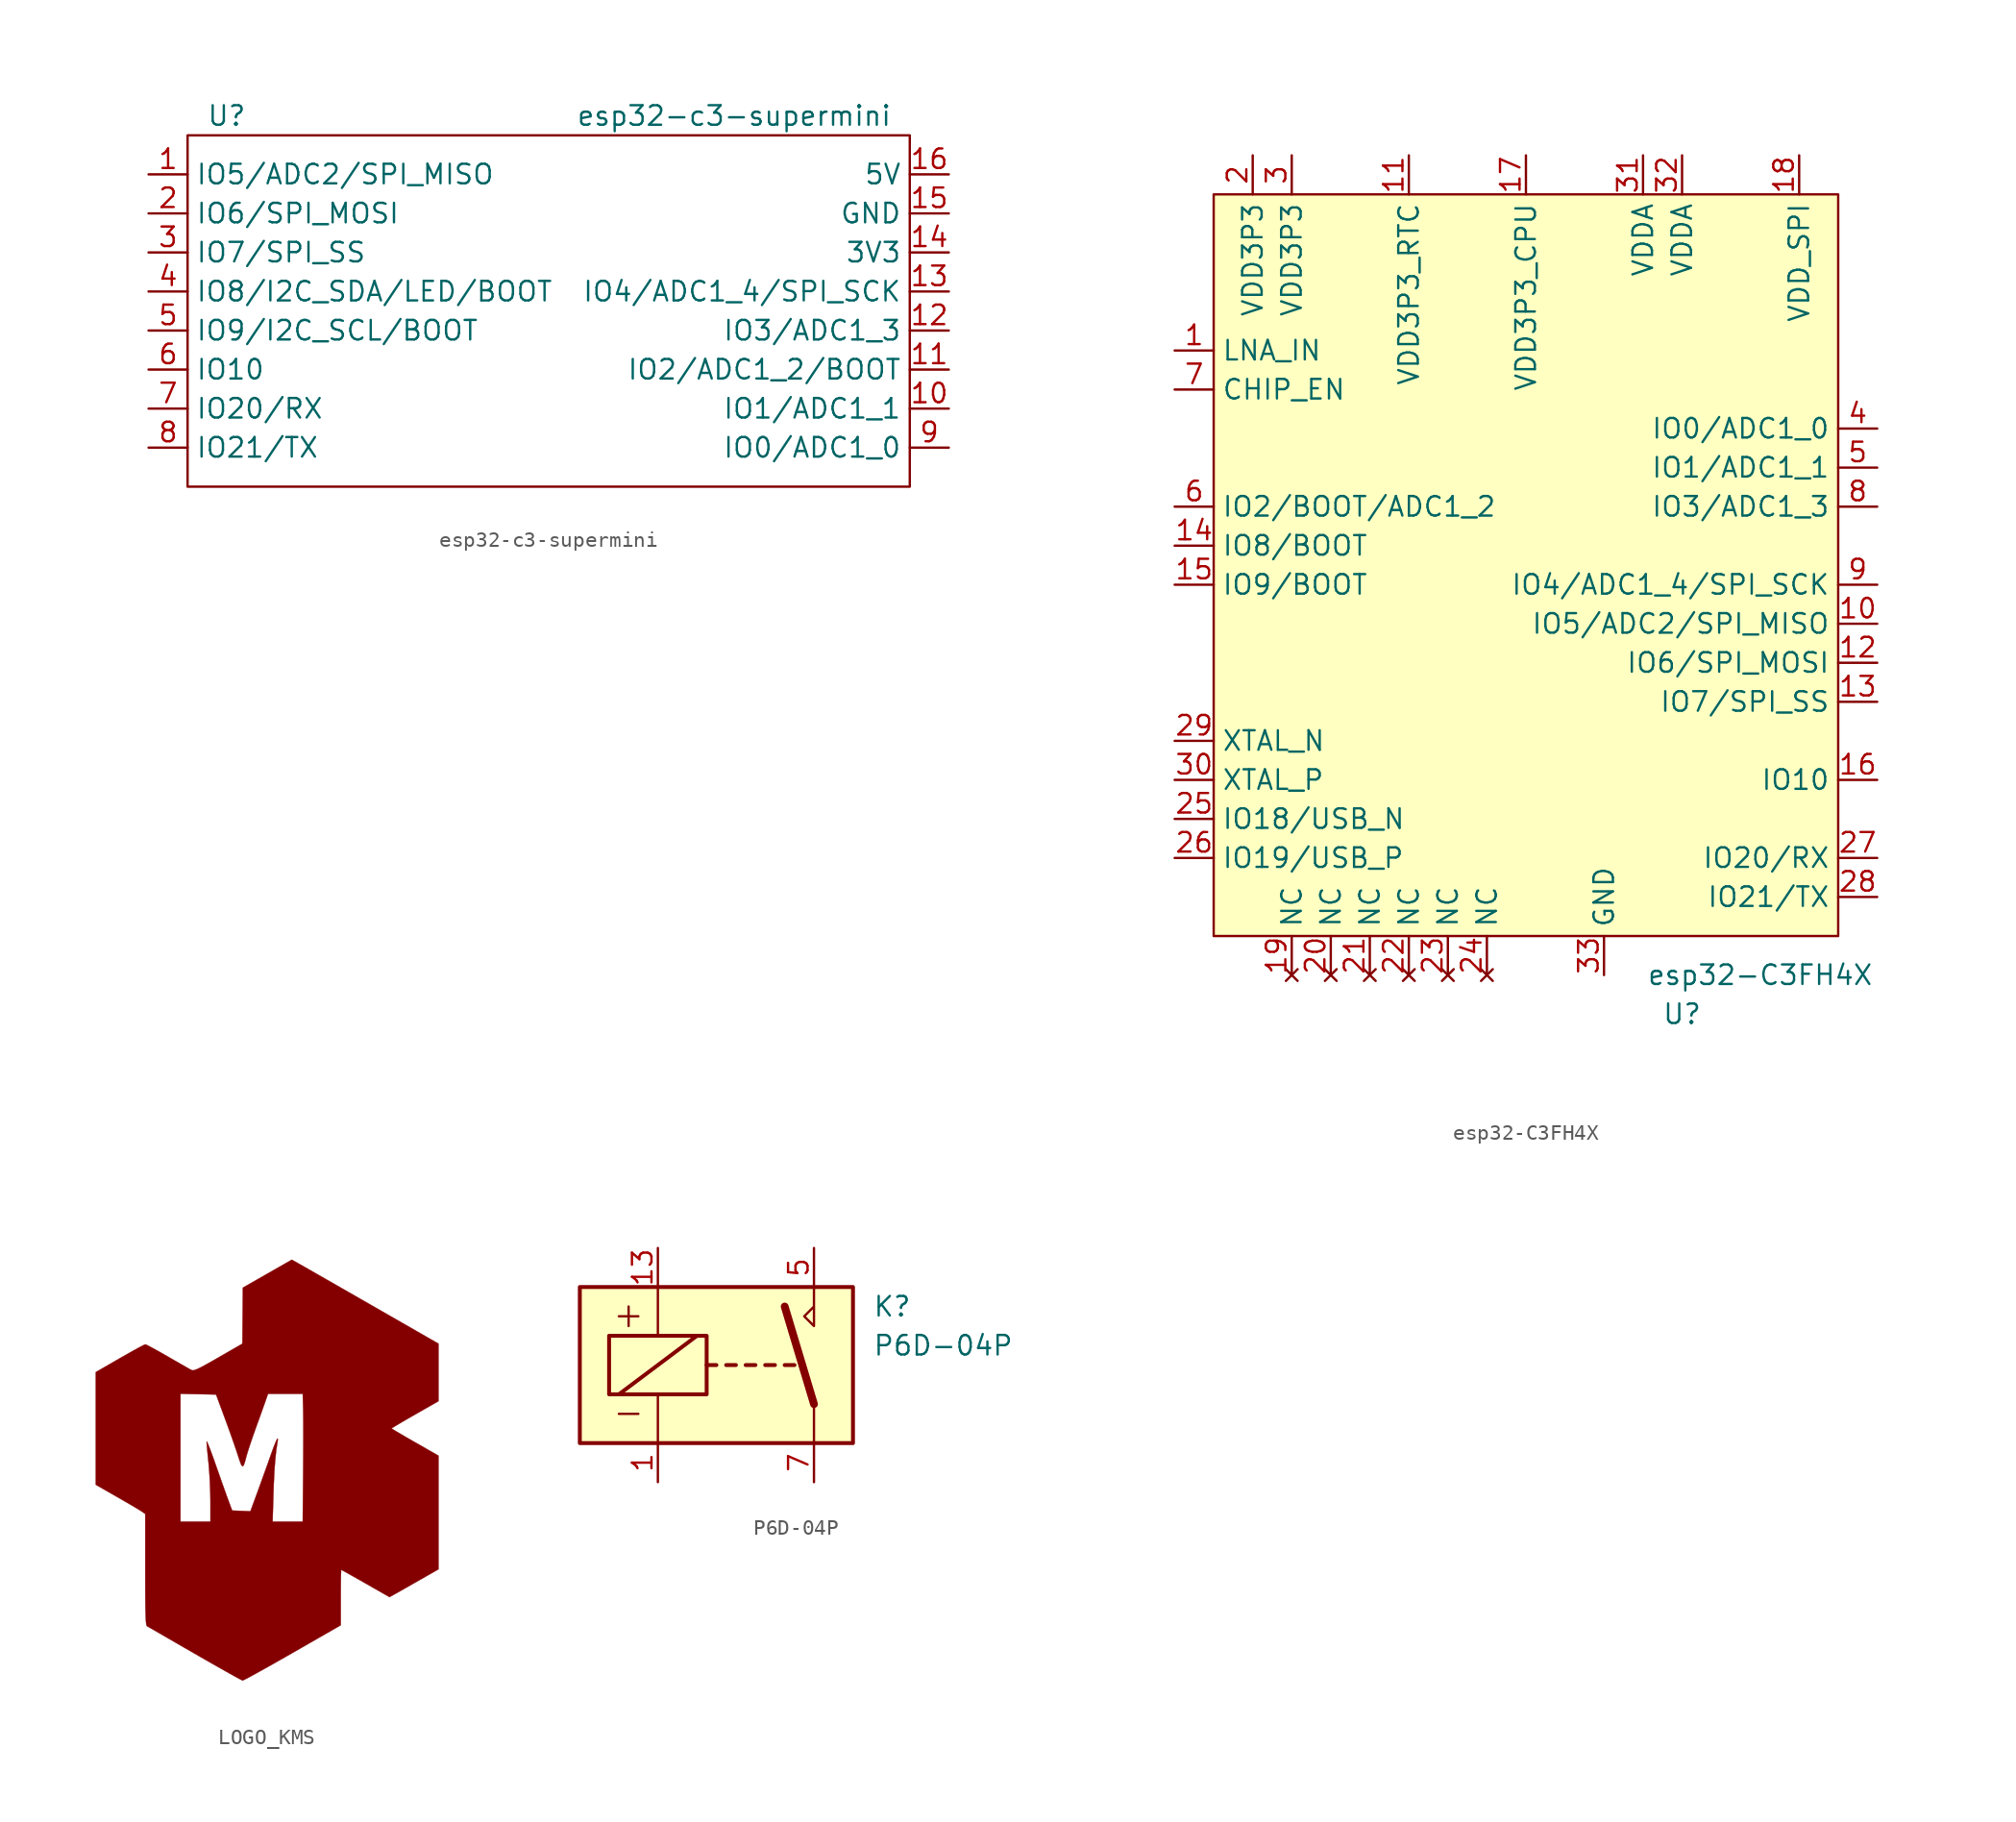
<source format=kicad_sym>
(kicad_symbol_lib
  (version 20211014)
  (generator kicad_symbol_editor)
  (symbol "esp32-c3-supermini"
    (property "Reference" "U"
      (at 2.54 1.27 0)
      (effects (font (size 1.27 1.27))))
    (property "Value" "esp32-c3-supermini"
      (at 35.56 1.27 0)
      (effects (font (size 1.27 1.27))))
    (symbol "esp32-c3-supermini_0_1"
      (rectangle (start 0 0) (end 46.99 -22.86) (stroke (width 0) (type default) (color 0 0 0 0)) (fill (type none))))
    (symbol "esp32-c3-supermini_1_1"
      (pin bidirectional line (at -2.54 -2.54 0) (length 2.54) (name "IO5/ADC2/SPI_MISO" (effects (font (size 1.27 1.27)))) (number "1" (effects (font (size 1.27 1.27)))))
      (pin bidirectional line (at 49.53 -17.78 180) (length 2.54) (name "IO1/ADC1_1" (effects (font (size 1.27 1.27)))) (number "10" (effects (font (size 1.27 1.27)))))
      (pin bidirectional line (at 49.53 -15.24 180) (length 2.54) (name "IO2/ADC1_2/BOOT" (effects (font (size 1.27 1.27)))) (number "11" (effects (font (size 1.27 1.27)))))
      (pin bidirectional line (at 49.53 -12.7 180) (length 2.54) (name "IO3/ADC1_3" (effects (font (size 1.27 1.27)))) (number "12" (effects (font (size 1.27 1.27)))))
      (pin bidirectional line (at 49.53 -10.16 180) (length 2.54) (name "IO4/ADC1_4/SPI_SCK" (effects (font (size 1.27 1.27)))) (number "13" (effects (font (size 1.27 1.27)))))
      (pin power_out line (at 49.53 -7.62 180) (length 2.54) (name "3V3" (effects (font (size 1.27 1.27)))) (number "14" (effects (font (size 1.27 1.27)))))
      (pin input line (at 49.53 -5.08 180) (length 2.54) (name "GND" (effects (font (size 1.27 1.27)))) (number "15" (effects (font (size 1.27 1.27)))))
      (pin power_out line (at 49.53 -2.54 180) (length 2.54) (name "5V" (effects (font (size 1.27 1.27)))) (number "16" (effects (font (size 1.27 1.27)))))
      (pin bidirectional line (at -2.54 -5.08 0) (length 2.54) (name "IO6/SPI_MOSI" (effects (font (size 1.27 1.27)))) (number "2" (effects (font (size 1.27 1.27)))))
      (pin bidirectional line (at -2.54 -7.62 0) (length 2.54) (name "IO7/SPI_SS" (effects (font (size 1.27 1.27)))) (number "3" (effects (font (size 1.27 1.27)))))
      (pin bidirectional line (at -2.54 -10.16 0) (length 2.54) (name "IO8/I2C_SDA/LED/BOOT" (effects (font (size 1.27 1.27)))) (number "4" (effects (font (size 1.27 1.27)))))
      (pin bidirectional line (at -2.54 -12.7 0) (length 2.54) (name "IO9/I2C_SCL/BOOT" (effects (font (size 1.27 1.27)))) (number "5" (effects (font (size 1.27 1.27)))))
      (pin bidirectional line (at -2.54 -15.24 0) (length 2.54) (name "IO10" (effects (font (size 1.27 1.27)))) (number "6" (effects (font (size 1.27 1.27)))))
      (pin bidirectional line (at -2.54 -17.78 0) (length 2.54) (name "IO20/RX" (effects (font (size 1.27 1.27)))) (number "7" (effects (font (size 1.27 1.27)))))
      (pin bidirectional line (at -2.54 -20.32 0) (length 2.54) (name "IO21/TX" (effects (font (size 1.27 1.27)))) (number "8" (effects (font (size 1.27 1.27)))))
      (pin bidirectional line (at 49.53 -20.32 180) (length 2.54) (name "IO0/ADC1_0" (effects (font (size 1.27 1.27)))) (number "9" (effects (font (size 1.27 1.27)))))))
  (symbol "esp32-C3FH4X"
    (property "Reference" "U"
      (at 30.48 -53.34 0)
      (effects (font (size 1.27 1.27))))
    (property "Value" "esp32-C3FH4X"
      (at 35.56 -50.8 0)
      (effects (font (size 1.27 1.27))))
    (symbol "esp32-C3FH4X_0_1"
      (rectangle (start 0 0) (end 40.64 -48.26) (stroke (width 0) (type default) (color 0 0 0 0)) (fill (type background))))
    (symbol "esp32-C3FH4X_1_1"
      (pin input line (at -2.54 -10.16 0) (length 2.54) (name "LNA_IN" (effects (font (size 1.27 1.27)))) (number "1" (effects (font (size 1.27 1.27)))))
      (pin bidirectional line (at 43.18 -27.94 180) (length 2.54) (name "IO5/ADC2/SPI_MISO" (effects (font (size 1.27 1.27)))) (number "10" (effects (font (size 1.27 1.27)))))
      (pin power_in line (at 12.7 2.54 270) (length 2.54) (name "VDD3P3_RTC" (effects (font (size 1.27 1.27)))) (number "11" (effects (font (size 1.27 1.27)))))
      (pin bidirectional line (at 43.18 -30.48 180) (length 2.54) (name "IO6/SPI_MOSI" (effects (font (size 1.27 1.27)))) (number "12" (effects (font (size 1.27 1.27)))))
      (pin bidirectional line (at 43.18 -33.02 180) (length 2.54) (name "IO7/SPI_SS" (effects (font (size 1.27 1.27)))) (number "13" (effects (font (size 1.27 1.27)))))
      (pin bidirectional line (at -2.54 -22.86 0) (length 2.54) (name "IO8/BOOT" (effects (font (size 1.27 1.27)))) (number "14" (effects (font (size 1.27 1.27)))))
      (pin bidirectional line (at -2.54 -25.4 0) (length 2.54) (name "IO9/BOOT" (effects (font (size 1.27 1.27)))) (number "15" (effects (font (size 1.27 1.27)))))
      (pin bidirectional line (at 43.18 -38.1 180) (length 2.54) (name "IO10" (effects (font (size 1.27 1.27)))) (number "16" (effects (font (size 1.27 1.27)))))
      (pin power_in line (at 20.32 2.54 270) (length 2.54) (name "VDD3P3_CPU" (effects (font (size 1.27 1.27)))) (number "17" (effects (font (size 1.27 1.27)))))
      (pin power_out line (at 38.1 2.54 270) (length 2.54) (name "VDD_SPI" (effects (font (size 1.27 1.27)))) (number "18" (effects (font (size 1.27 1.27)))))
      (pin no_connect line (at 5.08 -50.8 90) (length 2.54) (name "NC" (effects (font (size 1.27 1.27)))) (number "19" (effects (font (size 1.27 1.27)))))
      (pin power_in line (at 2.54 2.54 270) (length 2.54) (name "VDD3P3" (effects (font (size 1.27 1.27)))) (number "2" (effects (font (size 1.27 1.27)))))
      (pin no_connect line (at 7.62 -50.8 90) (length 2.54) (name "NC" (effects (font (size 1.27 1.27)))) (number "20" (effects (font (size 1.27 1.27)))))
      (pin no_connect line (at 10.16 -50.8 90) (length 2.54) (name "NC" (effects (font (size 1.27 1.27)))) (number "21" (effects (font (size 1.27 1.27)))))
      (pin no_connect line (at 12.7 -50.8 90) (length 2.54) (name "NC" (effects (font (size 1.27 1.27)))) (number "22" (effects (font (size 1.27 1.27)))))
      (pin no_connect line (at 15.24 -50.8 90) (length 2.54) (name "NC" (effects (font (size 1.27 1.27)))) (number "23" (effects (font (size 1.27 1.27)))))
      (pin no_connect line (at 17.78 -50.8 90) (length 2.54) (name "NC" (effects (font (size 1.27 1.27)))) (number "24" (effects (font (size 1.27 1.27)))))
      (pin bidirectional line (at -2.54 -40.64 0) (length 2.54) (name "IO18/USB_N" (effects (font (size 1.27 1.27)))) (number "25" (effects (font (size 1.27 1.27)))))
      (pin bidirectional line (at -2.54 -43.18 0) (length 2.54) (name "IO19/USB_P" (effects (font (size 1.27 1.27)))) (number "26" (effects (font (size 1.27 1.27)))))
      (pin bidirectional line (at 43.18 -43.18 180) (length 2.54) (name "IO20/RX" (effects (font (size 1.27 1.27)))) (number "27" (effects (font (size 1.27 1.27)))))
      (pin bidirectional line (at 43.18 -45.72 180) (length 2.54) (name "IO21/TX" (effects (font (size 1.27 1.27)))) (number "28" (effects (font (size 1.27 1.27)))))
      (pin bidirectional line (at -2.54 -35.56 0) (length 2.54) (name "XTAL_N" (effects (font (size 1.27 1.27)))) (number "29" (effects (font (size 1.27 1.27)))))
      (pin power_in line (at 5.08 2.54 270) (length 2.54) (name "VDD3P3" (effects (font (size 1.27 1.27)))) (number "3" (effects (font (size 1.27 1.27)))))
      (pin bidirectional line (at -2.54 -38.1 0) (length 2.54) (name "XTAL_P" (effects (font (size 1.27 1.27)))) (number "30" (effects (font (size 1.27 1.27)))))
      (pin power_in line (at 27.94 2.54 270) (length 2.54) (name "VDDA" (effects (font (size 1.27 1.27)))) (number "31" (effects (font (size 1.27 1.27)))))
      (pin power_in line (at 30.48 2.54 270) (length 2.54) (name "VDDA" (effects (font (size 1.27 1.27)))) (number "32" (effects (font (size 1.27 1.27)))))
      (pin input line (at 25.4 -50.8 90) (length 2.54) (name "GND" (effects (font (size 1.27 1.27)))) (number "33" (effects (font (size 1.27 1.27)))))
      (pin bidirectional line (at 43.18 -15.24 180) (length 2.54) (name "IO0/ADC1_0" (effects (font (size 1.27 1.27)))) (number "4" (effects (font (size 1.27 1.27)))))
      (pin bidirectional line (at 43.18 -17.78 180) (length 2.54) (name "IO1/ADC1_1" (effects (font (size 1.27 1.27)))) (number "5" (effects (font (size 1.27 1.27)))))
      (pin bidirectional line (at -2.54 -20.32 0) (length 2.54) (name "IO2/BOOT/ADC1_2" (effects (font (size 1.27 1.27)))) (number "6" (effects (font (size 1.27 1.27)))))
      (pin input line (at -2.54 -12.7 0) (length 2.54) (name "CHIP_EN" (effects (font (size 1.27 1.27)))) (number "7" (effects (font (size 1.27 1.27)))))
      (pin bidirectional line (at 43.18 -20.32 180) (length 2.54) (name "IO3/ADC1_3" (effects (font (size 1.27 1.27)))) (number "8" (effects (font (size 1.27 1.27)))))
      (pin bidirectional line (at 43.18 -25.4 180) (length 2.54) (name "IO4/ADC1_4/SPI_SCK" (effects (font (size 1.27 1.27)))) (number "9" (effects (font (size 1.27 1.27)))))))
  (symbol "LOGO_KMS"
    (pin_names
      (offset 1.016))
    (property "Reference" "#G"
      (at 0 13.928 0)
      (effects (font (size 1.27 1.27)) hide))
    (symbol "LOGO_KMS_0_0"
      (polyline (pts (xy 0.012 -14.544) (xy 0.181 -14.46) (xy 0.473 -14.304) (xy 0.872 -14.087) (xy 1.36 -13.815) (xy 1.924 -13.499) (xy 2.547 -13.146) (xy 3.214 -12.765) (xy 6.35 -10.967) (xy 6.35 -9.167) (xy 6.35 -8.971) (xy 6.353 -8.459) (xy 6.357 -8.017) (xy 6.364 -7.672) (xy 6.372 -7.447) (xy 6.382 -7.366) (xy 6.393 -7.37) (xy 6.516 -7.436) (xy 6.757 -7.569) (xy 7.094 -7.757) (xy 7.504 -7.989) (xy 7.966 -8.252) (xy 9.518 -9.139) (xy 9.878 -8.937) (xy 9.98 -8.88) (xy 10.249 -8.728) (xy 10.61 -8.523) (xy 11.028 -8.285) (xy 11.469 -8.034) (xy 12.7 -7.331) (xy 12.7 0.049) (xy 11.176 0.92) (xy 11.042 0.996) (xy 10.599 1.251) (xy 10.217 1.474) (xy 9.918 1.651) (xy 9.722 1.771) (xy 9.652 1.82) (xy 9.658 1.826) (xy 9.766 1.897) (xy 9.993 2.034) (xy 10.319 2.226) (xy 10.72 2.459) (xy 11.176 2.721) (xy 12.7 3.591) (xy 12.7 7.326) (xy 8.319 9.838) (xy 7.607 10.246) (xy 6.835 10.688) (xy 6.111 11.103) (xy 5.448 11.482) (xy 4.861 11.818) (xy 4.363 12.103) (xy 3.97 12.328) (xy 3.695 12.484) (xy 3.552 12.565) (xy 3.168 12.78) (xy 1.579 11.872) (xy -0.01 10.964) (xy -0.042 7.324) (xy -1.609 6.423) (xy -1.897 6.257) (xy -2.365 5.994) (xy -2.716 5.804) (xy -2.971 5.68) (xy -3.148 5.612) (xy -3.266 5.591) (xy -3.344 5.609) (xy -3.462 5.673) (xy -3.703 5.809) (xy -4.038 6.001) (xy -4.441 6.232) (xy -4.886 6.489) (xy -5.322 6.738) (xy -5.711 6.956) (xy -6.028 7.128) (xy -6.248 7.241) (xy -6.347 7.281) (xy -6.364 7.276) (xy -6.506 7.21) (xy -6.764 7.074) (xy -7.114 6.882) (xy -7.534 6.646) (xy -8.002 6.38) (xy -9.567 5.478) (xy -9.567 4.069) (xy -4.064 4.069) (xy -1.752 4.022) (xy -1.172 2.455) (xy -1 1.986) (xy -0.796 1.42) (xy -0.606 0.88) (xy -0.444 0.409) (xy -0.327 0.053) (xy -0.218 -0.281) (xy -0.116 -0.543) (xy -0.035 -0.645) (xy 0.038 -0.588) (xy 0.117 -0.374) (xy 0.217 -0.005) (xy 0.246 0.101) (xy 0.345 0.425) (xy 0.483 0.844) (xy 0.644 1.318) (xy 0.817 1.802) (xy 0.899 2.03) (xy 1.072 2.51) (xy 1.232 2.955) (xy 1.364 3.325) (xy 1.454 3.577) (xy 1.624 4.064) (xy 3.88 4.064) (xy 3.909 3.069) (xy 3.913 2.811) (xy 3.918 2.37) (xy 3.92 1.81) (xy 3.92 1.157) (xy 3.918 0.44) (xy 3.914 -0.315) (xy 3.908 -1.079) (xy 3.879 -4.233) (xy 1.922 -4.233) (xy 1.975 -2.434) (xy 1.995 -1.84) (xy 2.036 -0.97) (xy 2.091 -0.229) (xy 2.159 0.409) (xy 2.245 0.971) (xy 2.262 1.09) (xy 2.253 1.171) (xy 2.198 1.1) (xy 2.099 0.884) (xy 1.96 0.529) (xy 1.785 0.042) (xy 1.747 -0.066) (xy 1.572 -0.56) (xy 1.366 -1.133) (xy 1.153 -1.724) (xy 0.955 -2.268) (xy 0.48 -3.563) (xy -0.114 -3.538) (xy -0.707 -3.514) (xy -0.959 -2.836) (xy -0.961 -2.829) (xy -1.071 -2.529) (xy -1.221 -2.108) (xy -1.4 -1.606) (xy -1.592 -1.06) (xy -1.786 -0.508) (xy -1.844 -0.341) (xy -2.01 0.12) (xy -2.152 0.502) (xy -2.265 0.785) (xy -2.339 0.949) (xy -2.366 0.974) (xy -2.366 0.948) (xy -2.354 0.762) (xy -2.328 0.455) (xy -2.29 0.062) (xy -2.244 -0.381) (xy -2.238 -0.445) (xy -2.191 -1.007) (xy -2.153 -1.653) (xy -2.127 -2.309) (xy -2.118 -2.9) (xy -2.117 -4.233) (xy -4.064 -4.233) (xy -4.064 4.069) (xy -9.567 4.069) (xy -9.567 -1.839) (xy -8.191 -2.626) (xy -7.772 -2.867) (xy -7.353 -3.111) (xy -6.996 -3.321) (xy -6.731 -3.481) (xy -6.584 -3.574) (xy -6.353 -3.735) (xy -6.353 -7.345) (xy -6.353 -7.794) (xy -6.351 -8.638) (xy -6.346 -9.33) (xy -6.339 -9.884) (xy -6.328 -10.312) (xy -6.314 -10.627) (xy -6.295 -10.842) (xy -6.273 -10.968) (xy -6.246 -11.019) (xy -6.224 -11.032) (xy -6.074 -11.119) (xy -5.8 -11.277) (xy -5.418 -11.497) (xy -4.944 -11.771) (xy -4.395 -12.088) (xy -3.786 -12.44) (xy -3.133 -12.816) (xy -2.857 -12.975) (xy -2.221 -13.34) (xy -1.635 -13.673) (xy -1.117 -13.966) (xy -0.68 -14.21) (xy -0.342 -14.396) (xy -0.118 -14.514) (xy -0.025 -14.557) (xy 0.012 -14.544)) (stroke (width 0.01) (type default) (color 0 0 0 0)) (fill (type outline)))))
  (symbol "P6D-04P"
    (property "Reference" "K"
      (at 8.89 3.81 0)
      (effects (font (size 1.27 1.27)) (justify left)))
    (property "Value" "P6D-04P"
      (at 8.89 1.27 0)
      (effects (font (size 1.27 1.27)) (justify left)))
    (symbol "P6D-04P_0_0"
      (polyline (pts (xy 5.08 5.08) (xy 5.08 2.54) (xy 4.445 3.175) (xy 5.08 3.81)) (stroke (width 0) (type default) (color 0 0 0 0)) (fill (type none))))
    (symbol "P6D-04P_0_1"
      (rectangle (start -10.16 5.08) (end 7.62 -5.08) (stroke (width 0.254) (type default) (color 0 0 0 0)) (fill (type background)))
      (rectangle (start -8.255 1.905) (end -1.905 -1.905) (stroke (width 0.254) (type default) (color 0 0 0 0)) (fill (type none)))
      (polyline (pts (xy -7.62 -3.175) (xy -6.35 -3.175)) (stroke (width 0) (type default) (color 0 0 0 0)) (fill (type none)))
      (polyline (pts (xy -7.62 -1.905) (xy -2.54 1.905)) (stroke (width 0.254) (type default) (color 0 0 0 0)) (fill (type none)))
      (polyline (pts (xy -5.08 -5.08) (xy -5.08 -1.905)) (stroke (width 0) (type default) (color 0 0 0 0)) (fill (type none)))
      (polyline (pts (xy -5.08 5.08) (xy -5.08 1.905)) (stroke (width 0) (type default) (color 0 0 0 0)) (fill (type none)))
      (polyline (pts (xy -1.905 0) (xy -1.27 0)) (stroke (width 0.254) (type default) (color 0 0 0 0)) (fill (type none)))
      (polyline (pts (xy -0.635 0) (xy 0 0)) (stroke (width 0.254) (type default) (color 0 0 0 0)) (fill (type none)))
      (polyline (pts (xy 0.635 0) (xy 1.27 0)) (stroke (width 0.254) (type default) (color 0 0 0 0)) (fill (type none)))
      (polyline (pts (xy 1.905 0) (xy 2.54 0)) (stroke (width 0.254) (type default) (color 0 0 0 0)) (fill (type none)))
      (polyline (pts (xy 3.175 0) (xy 3.81 0)) (stroke (width 0.254) (type default) (color 0 0 0 0)) (fill (type none)))
      (polyline (pts (xy 5.08 -2.54) (xy 3.175 3.81)) (stroke (width 0.508) (type default) (color 0 0 0 0)) (fill (type none)))
      (polyline (pts (xy 5.08 -2.54) (xy 5.08 -5.08)) (stroke (width 0) (type default) (color 0 0 0 0)) (fill (type none)))
      (polyline (pts (xy -7.62 3.175) (xy -6.35 3.175) (xy -6.985 3.175) (xy -6.985 3.81) (xy -6.985 2.54)) (stroke (width 0) (type default) (color 0 0 0 0)) (fill (type none))))
    (symbol "P6D-04P_1_1"
      (pin passive line (at -5.08 -7.62 90) (length 2.54) (name "~" (effects (font (size 1.27 1.27)))) (number "1" (effects (font (size 1.27 1.27)))))
      (pin passive line (at -5.08 7.62 270) (length 2.54) (name "~" (effects (font (size 1.27 1.27)))) (number "13" (effects (font (size 1.27 1.27)))))
      (pin passive line (at 5.08 7.62 270) (length 2.54) (name "~" (effects (font (size 1.27 1.27)))) (number "5" (effects (font (size 1.27 1.27)))))
      (pin passive line (at 5.08 -7.62 90) (length 2.54) (name "~" (effects (font (size 1.27 1.27)))) (number "7" (effects (font (size 1.27 1.27))))))))
</source>
